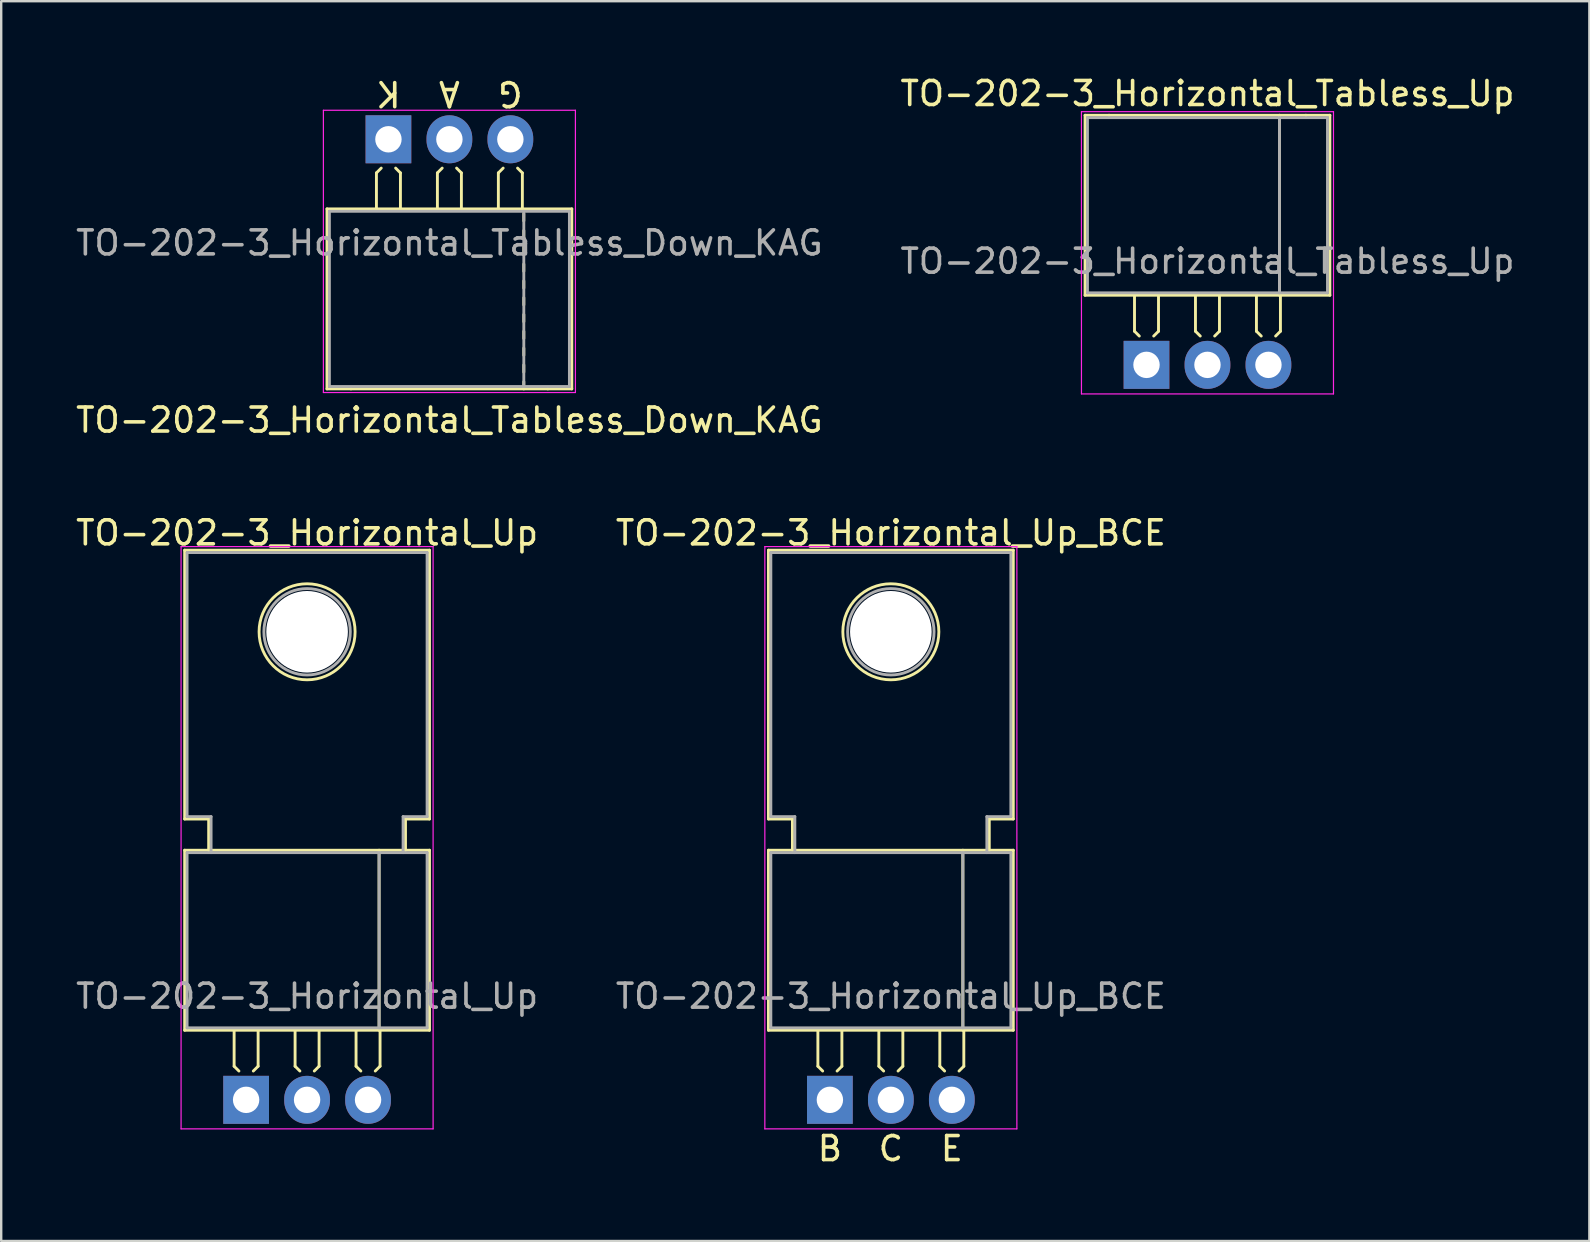
<source format=kicad_pcb>
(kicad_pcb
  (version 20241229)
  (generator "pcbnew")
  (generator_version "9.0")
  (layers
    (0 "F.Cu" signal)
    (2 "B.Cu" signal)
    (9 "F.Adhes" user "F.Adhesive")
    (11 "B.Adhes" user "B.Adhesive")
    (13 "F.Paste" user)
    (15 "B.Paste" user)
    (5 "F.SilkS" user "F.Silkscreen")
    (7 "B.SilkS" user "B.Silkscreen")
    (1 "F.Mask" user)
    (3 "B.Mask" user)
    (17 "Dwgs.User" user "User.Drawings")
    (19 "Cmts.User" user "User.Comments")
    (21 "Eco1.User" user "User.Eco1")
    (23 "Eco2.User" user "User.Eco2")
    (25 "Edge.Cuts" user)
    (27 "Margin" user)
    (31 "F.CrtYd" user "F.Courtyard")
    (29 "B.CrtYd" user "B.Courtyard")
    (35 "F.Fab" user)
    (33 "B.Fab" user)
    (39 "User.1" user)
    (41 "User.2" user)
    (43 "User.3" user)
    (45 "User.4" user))
  (footprint "TO-202-3_Horizontal_Tabless_Down_KAG"
    (layer "F.Cu")
    (at 13.133 2.753)
    (property "Reference" "TO-202-3_Horizontal_Tabless_Down_KAG" (at 2.54 11.7 180) (layer "F.SilkS") (effects (font (size 1 1) (thickness 0.15))))
    (fp_line (start -2.56 2.9) (end 7.64 2.9) (stroke (width 0.12) (type solid)) (layer "F.SilkS"))
    (fp_line (start -2.56 10.4) (end -2.56 2.9) (stroke (width 0.12) (type solid)) (layer "F.SilkS"))
    (fp_line (start -1.56 10.4) (end -2.56 10.4) (stroke (width 0.12) (type solid)) (layer "F.SilkS"))
    (fp_line (start -0.5 1.4) (end -0.3 1.2) (stroke (width 0.12) (type solid)) (layer "F.SilkS"))
    (fp_line (start -0.5 2.9) (end -0.5 1.4) (stroke (width 0.12) (type solid)) (layer "F.SilkS"))
    (fp_line (start 0.5 1.4) (end 0.3 1.2) (stroke (width 0.12) (type solid)) (layer "F.SilkS"))
    (fp_line (start 0.5 2.9) (end 0.5 1.4) (stroke (width 0.12) (type solid)) (layer "F.SilkS"))
    (fp_line (start 2.04 1.4) (end 2.24 1.2) (stroke (width 0.12) (type solid)) (layer "F.SilkS"))
    (fp_line (start 2.04 2.9) (end 2.04 1.4) (stroke (width 0.12) (type solid)) (layer "F.SilkS"))
    (fp_line (start 3.04 1.4) (end 2.84 1.2) (stroke (width 0.12) (type solid)) (layer "F.SilkS"))
    (fp_line (start 3.04 2.9) (end 3.04 1.4) (stroke (width 0.12) (type solid)) (layer "F.SilkS"))
    (fp_line (start 4.58 1.4) (end 4.78 1.2) (stroke (width 0.12) (type solid)) (layer "F.SilkS"))
    (fp_line (start 4.58 2.9) (end 4.58 1.4) (stroke (width 0.12) (type solid)) (layer "F.SilkS"))
    (fp_line (start 5.58 1.4) (end 5.38 1.2) (stroke (width 0.12) (type solid)) (layer "F.SilkS"))
    (fp_line (start 5.58 2.9) (end 5.58 1.4) (stroke (width 0.12) (type solid)) (layer "F.SilkS"))
    (fp_line (start 5.64 3.4) (end 5.64 3.1) (stroke (width 0.12) (type solid)) (layer "F.SilkS"))
    (fp_line (start 5.64 4.1) (end 5.64 3.8) (stroke (width 0.12) (type solid)) (layer "F.SilkS"))
    (fp_line (start 5.64 4.8) (end 5.64 4.5) (stroke (width 0.12) (type solid)) (layer "F.SilkS"))
    (fp_line (start 5.64 5.5) (end 5.64 5.2) (stroke (width 0.12) (type solid)) (layer "F.SilkS"))
    (fp_line (start 5.64 6.2) (end 5.64 5.9) (stroke (width 0.12) (type solid)) (layer "F.SilkS"))
    (fp_line (start 5.64 6.9) (end 5.64 6.6) (stroke (width 0.12) (type solid)) (layer "F.SilkS"))
    (fp_line (start 5.64 7.6) (end 5.64 7.3) (stroke (width 0.12) (type solid)) (layer "F.SilkS"))
    (fp_line (start 5.64 8.3) (end 5.64 8) (stroke (width 0.12) (type solid)) (layer "F.SilkS"))
    (fp_line (start 5.64 9) (end 5.64 8.7) (stroke (width 0.12) (type solid)) (layer "F.SilkS"))
    (fp_line (start 5.64 9.7) (end 5.64 9.4) (stroke (width 0.12) (type solid)) (layer "F.SilkS"))
    (fp_line (start 5.64 10.4) (end 5.64 10.1) (stroke (width 0.12) (type solid)) (layer "F.SilkS"))
    (fp_line (start 6.64 10.4) (end -1.56 10.4) (stroke (width 0.12) (type solid)) (layer "F.SilkS"))
    (fp_line (start 7.64 2.9) (end 7.64 10.4) (stroke (width 0.12) (type solid)) (layer "F.SilkS"))
    (fp_line (start 7.64 10.4) (end 6.64 10.4) (stroke (width 0.12) (type solid)) (layer "F.SilkS"))
    (fp_line (start -2.71 -1.21) (end -2.71 10.55) (stroke (width 0.05) (type solid)) (layer "F.CrtYd"))
    (fp_line (start -2.71 10.55) (end 7.79 10.55) (stroke (width 0.05) (type solid)) (layer "F.CrtYd"))
    (fp_line (start 7.79 -1.21) (end -2.71 -1.21) (stroke (width 0.05) (type solid)) (layer "F.CrtYd"))
    (fp_line (start 7.79 10.55) (end 7.79 -1.21) (stroke (width 0.05) (type solid)) (layer "F.CrtYd"))
    (fp_line (start -2.46 3) (end -2.46 10.3) (stroke (width 0.12) (type solid)) (layer "F.Fab"))
    (fp_line (start -2.46 10.3) (end 7.54 10.3) (stroke (width 0.12) (type solid)) (layer "F.Fab"))
    (fp_line (start 5.64 3) (end 5.64 10.3) (stroke (width 0.12) (type solid)) (layer "F.Fab"))
    (fp_line (start 7.54 3) (end -2.46 3) (stroke (width 0.12) (type solid)) (layer "F.Fab"))
    (fp_line (start 7.54 10.3) (end 7.54 3) (stroke (width 0.12) (type solid)) (layer "F.Fab"))
    (fp_text user "G" (at 5.08 -1.905 180) (unlocked yes) (layer "F.SilkS") (effects (font (size 1 1) (thickness 0.15))))
    (fp_text user "A" (at 2.54 -1.905 180) (unlocked yes) (layer "F.SilkS") (effects (font (size 1 1) (thickness 0.15))))
    (fp_text user "K" (at 0 -1.905 180) (unlocked yes) (layer "F.SilkS") (effects (font (size 1 1) (thickness 0.15))))
    (fp_text user "${REFERENCE}" (at 2.54 4.318 180) (layer "F.Fab") (effects (font (size 1 1) (thickness 0.15))))
    (pad "1" thru_hole rect (at 0 0) (size 1.905 2) (drill 1.1) (layers "*.Cu" "*.Mask"))
    (pad "2" thru_hole oval (at 2.54 0) (size 1.905 2) (drill 1.1) (layers "*.Cu" "*.Mask"))
    (pad "3" thru_hole oval (at 5.08 0) (size 1.905 2) (drill 1.1) (layers "*.Cu" "*.Mask")))
  (footprint "TO-202-3_Horizontal_Up"
    (layer "F.Cu")
    (at 7.204 42.772)
    (property "Reference" "TO-202-3_Horizontal_Up" (at 2.54 -23.622 0) (layer "F.SilkS") (effects (font (size 1 1) (thickness 0.15))))
    (attr through_hole)
    (fp_line (start -2.56 -22.9) (end 7.64 -22.9) (stroke (width 0.12) (type solid)) (layer "F.SilkS"))
    (fp_line (start -2.56 -11.7) (end -2.56 -22.9) (stroke (width 0.12) (type solid)) (layer "F.SilkS"))
    (fp_line (start -2.56 -10.4) (end -1.56 -10.4) (stroke (width 0.12) (type solid)) (layer "F.SilkS"))
    (fp_line (start -2.56 -2.9) (end -2.56 -10.4) (stroke (width 0.12) (type solid)) (layer "F.SilkS"))
    (fp_line (start -1.56 -11.7) (end -2.56 -11.7) (stroke (width 0.12) (type solid)) (layer "F.SilkS"))
    (fp_line (start -1.56 -10.4) (end -1.56 -11.7) (stroke (width 0.12) (type solid)) (layer "F.SilkS"))
    (fp_line (start -1.56 -10.4) (end 6.64 -10.4) (stroke (width 0.12) (type solid)) (layer "F.SilkS"))
    (fp_line (start -0.5 -2.9) (end -0.5 -1.4) (stroke (width 0.12) (type solid)) (layer "F.SilkS"))
    (fp_line (start -0.5 -1.4) (end -0.3 -1.2) (stroke (width 0.12) (type solid)) (layer "F.SilkS"))
    (fp_line (start 0.5 -2.9) (end 0.5 -1.4) (stroke (width 0.12) (type solid)) (layer "F.SilkS"))
    (fp_line (start 0.5 -1.4) (end 0.3 -1.2) (stroke (width 0.12) (type solid)) (layer "F.SilkS"))
    (fp_line (start 2.04 -2.9) (end 2.04 -1.4) (stroke (width 0.12) (type solid)) (layer "F.SilkS"))
    (fp_line (start 2.04 -1.4) (end 2.24 -1.2) (stroke (width 0.12) (type solid)) (layer "F.SilkS"))
    (fp_line (start 3.04 -2.9) (end 3.04 -1.4) (stroke (width 0.12) (type solid)) (layer "F.SilkS"))
    (fp_line (start 3.04 -1.4) (end 2.84 -1.2) (stroke (width 0.12) (type solid)) (layer "F.SilkS"))
    (fp_line (start 4.58 -2.9) (end 4.58 -1.4) (stroke (width 0.12) (type solid)) (layer "F.SilkS"))
    (fp_line (start 4.58 -1.4) (end 4.78 -1.2) (stroke (width 0.12) (type solid)) (layer "F.SilkS"))
    (fp_line (start 5.54 -10.4) (end 5.54 -2.9) (stroke (width 0.12) (type solid)) (layer "F.SilkS"))
    (fp_line (start 5.58 -2.9) (end 5.58 -1.4) (stroke (width 0.12) (type solid)) (layer "F.SilkS"))
    (fp_line (start 5.58 -1.4) (end 5.38 -1.2) (stroke (width 0.12) (type solid)) (layer "F.SilkS"))
    (fp_line (start 6.64 -11.7) (end 6.64 -10.4) (stroke (width 0.12) (type solid)) (layer "F.SilkS"))
    (fp_line (start 6.64 -10.4) (end 7.64 -10.4) (stroke (width 0.12) (type solid)) (layer "F.SilkS"))
    (fp_line (start 7.64 -22.9) (end 7.64 -11.7) (stroke (width 0.12) (type solid)) (layer "F.SilkS"))
    (fp_line (start 7.64 -11.7) (end 6.64 -11.7) (stroke (width 0.12) (type solid)) (layer "F.SilkS"))
    (fp_line (start 7.64 -10.4) (end 7.64 -2.9) (stroke (width 0.12) (type solid)) (layer "F.SilkS"))
    (fp_line (start 7.64 -2.9) (end -2.56 -2.9) (stroke (width 0.12) (type solid)) (layer "F.SilkS"))
    (fp_circle (center 2.54 -19.5) (end 4.54 -19.5) (stroke (width 0.12) (type solid)) (fill no) (layer "F.SilkS"))
    (fp_line (start -2.71 -23.05) (end -2.71 1.21) (stroke (width 0.05) (type solid)) (layer "F.CrtYd"))
    (fp_line (start -2.71 1.21) (end 7.79 1.21) (stroke (width 0.05) (type solid)) (layer "F.CrtYd"))
    (fp_line (start 7.79 -23.05) (end -2.71 -23.05) (stroke (width 0.05) (type solid)) (layer "F.CrtYd"))
    (fp_line (start 7.79 1.21) (end 7.79 -23.05) (stroke (width 0.05) (type solid)) (layer "F.CrtYd"))
    (fp_line (start -2.46 -22.8) (end 7.54 -22.8) (stroke (width 0.12) (type solid)) (layer "F.Fab"))
    (fp_line (start -2.46 -11.8) (end -2.46 -22.8) (stroke (width 0.12) (type solid)) (layer "F.Fab"))
    (fp_line (start -2.46 -10.3) (end -2.46 -3) (stroke (width 0.12) (type solid)) (layer "F.Fab"))
    (fp_line (start -2.46 -3) (end 7.54 -3) (stroke (width 0.12) (type solid)) (layer "F.Fab"))
    (fp_line (start -1.46 -11.8) (end -2.46 -11.8) (stroke (width 0.12) (type solid)) (layer "F.Fab"))
    (fp_line (start -1.46 -10.3) (end -1.46 -11.8) (stroke (width 0.12) (type solid)) (layer "F.Fab"))
    (fp_line (start 5.54 -3) (end 5.54 -10.3) (stroke (width 0.12) (type solid)) (layer "F.Fab"))
    (fp_line (start 6.54 -11.8) (end 6.54 -10.3) (stroke (width 0.12) (type solid)) (layer "F.Fab"))
    (fp_line (start 7.54 -22.8) (end 7.54 -11.8) (stroke (width 0.12) (type solid)) (layer "F.Fab"))
    (fp_line (start 7.54 -11.8) (end 6.54 -11.8) (stroke (width 0.12) (type solid)) (layer "F.Fab"))
    (fp_line (start 7.54 -10.3) (end -2.46 -10.3) (stroke (width 0.12) (type solid)) (layer "F.Fab"))
    (fp_line (start 7.54 -3) (end 7.54 -10.3) (stroke (width 0.12) (type solid)) (layer "F.Fab"))
    (fp_circle (center 2.54 -19.5) (end 4.34 -19.5) (stroke (width 0.12) (type solid)) (fill no) (layer "F.Fab"))
    (fp_text user "${REFERENCE}" (at 2.54 -4.318 0) (layer "F.Fab") (effects (font (size 1 1) (thickness 0.15))))
    (pad "" np_thru_hole circle (at 2.54 -19.5) (size 3.4 3.4) (drill 3.4) (layers "*.Cu" "*.Mask"))
    (pad "1" thru_hole rect (at 0 0) (size 1.905 2) (drill 1.1) (layers "*.Cu" "*.Mask"))
    (pad "2" thru_hole oval (at 2.54 0) (size 1.905 2) (drill 1.1) (layers "*.Cu" "*.Mask"))
    (pad "3" thru_hole oval (at 5.08 0) (size 1.905 2) (drill 1.1) (layers "*.Cu" "*.Mask")))
  (footprint "TO-202-3_Horizontal_Tabless_Up"
    (layer "F.Cu")
    (at 44.716 12.151)
    (property "Reference" "TO-202-3_Horizontal_Tabless_Up" (at 2.54 -11.303 0) (layer "F.SilkS") (effects (font (size 1 1) (thickness 0.15))))
    (attr through_hole)
    (fp_line (start -2.56 -10.4) (end -1.56 -10.4) (stroke (width 0.12) (type solid)) (layer "F.SilkS"))
    (fp_line (start -2.56 -2.9) (end -2.56 -10.4) (stroke (width 0.12) (type solid)) (layer "F.SilkS"))
    (fp_line (start -1.56 -10.4) (end 6.64 -10.4) (stroke (width 0.12) (type solid)) (layer "F.SilkS"))
    (fp_line (start -0.5 -2.9) (end -0.5 -1.4) (stroke (width 0.12) (type solid)) (layer "F.SilkS"))
    (fp_line (start -0.5 -1.4) (end -0.3 -1.2) (stroke (width 0.12) (type solid)) (layer "F.SilkS"))
    (fp_line (start 0.5 -2.9) (end 0.5 -1.4) (stroke (width 0.12) (type solid)) (layer "F.SilkS"))
    (fp_line (start 0.5 -1.4) (end 0.3 -1.2) (stroke (width 0.12) (type solid)) (layer "F.SilkS"))
    (fp_line (start 2.04 -2.9) (end 2.04 -1.4) (stroke (width 0.12) (type solid)) (layer "F.SilkS"))
    (fp_line (start 2.04 -1.4) (end 2.24 -1.2) (stroke (width 0.12) (type solid)) (layer "F.SilkS"))
    (fp_line (start 3.04 -2.9) (end 3.04 -1.4) (stroke (width 0.12) (type solid)) (layer "F.SilkS"))
    (fp_line (start 3.04 -1.4) (end 2.84 -1.2) (stroke (width 0.12) (type solid)) (layer "F.SilkS"))
    (fp_line (start 4.58 -2.9) (end 4.58 -1.4) (stroke (width 0.12) (type solid)) (layer "F.SilkS"))
    (fp_line (start 4.58 -1.4) (end 4.78 -1.2) (stroke (width 0.12) (type solid)) (layer "F.SilkS"))
    (fp_line (start 5.54 -10.4) (end 5.54 -2.9) (stroke (width 0.12) (type solid)) (layer "F.SilkS"))
    (fp_line (start 5.58 -2.9) (end 5.58 -1.4) (stroke (width 0.12) (type solid)) (layer "F.SilkS"))
    (fp_line (start 5.58 -1.4) (end 5.38 -1.2) (stroke (width 0.12) (type solid)) (layer "F.SilkS"))
    (fp_line (start 6.64 -10.4) (end 7.64 -10.4) (stroke (width 0.12) (type solid)) (layer "F.SilkS"))
    (fp_line (start 7.64 -10.4) (end 7.64 -2.9) (stroke (width 0.12) (type solid)) (layer "F.SilkS"))
    (fp_line (start 7.64 -2.9) (end -2.56 -2.9) (stroke (width 0.12) (type solid)) (layer "F.SilkS"))
    (fp_line (start -2.71 -10.55) (end -2.71 1.21) (stroke (width 0.05) (type solid)) (layer "F.CrtYd"))
    (fp_line (start -2.71 1.21) (end 7.79 1.21) (stroke (width 0.05) (type solid)) (layer "F.CrtYd"))
    (fp_line (start 7.79 -10.55) (end -2.71 -10.55) (stroke (width 0.05) (type solid)) (layer "F.CrtYd"))
    (fp_line (start 7.79 1.21) (end 7.79 -10.55) (stroke (width 0.05) (type solid)) (layer "F.CrtYd"))
    (fp_line (start -2.46 -10.3) (end -2.46 -3) (stroke (width 0.12) (type solid)) (layer "F.Fab"))
    (fp_line (start -2.46 -3) (end 7.54 -3) (stroke (width 0.12) (type solid)) (layer "F.Fab"))
    (fp_line (start 5.54 -3) (end 5.54 -10.3) (stroke (width 0.12) (type solid)) (layer "F.Fab"))
    (fp_line (start 7.54 -10.3) (end -2.46 -10.3) (stroke (width 0.12) (type solid)) (layer "F.Fab"))
    (fp_line (start 7.54 -3) (end 7.54 -10.3) (stroke (width 0.12) (type solid)) (layer "F.Fab"))
    (fp_text user "${REFERENCE}" (at 2.54 -4.318 0) (layer "F.Fab") (effects (font (size 1 1) (thickness 0.15))))
    (pad "1" thru_hole rect (at 0 0) (size 1.905 2) (drill 1.1) (layers "*.Cu" "*.Mask"))
    (pad "2" thru_hole oval (at 2.54 0) (size 1.905 2) (drill 1.1) (layers "*.Cu" "*.Mask"))
    (pad "3" thru_hole oval (at 5.08 0) (size 1.905 2) (drill 1.1) (layers "*.Cu" "*.Mask")))
  (footprint "TO-202-3_Horizontal_Up_BCE"
    (layer "F.Cu")
    (at 31.525 42.772)
    (property "Reference" "TO-202-3_Horizontal_Up_BCE" (at 2.54 -23.622 0) (layer "F.SilkS") (effects (font (size 1 1) (thickness 0.15))))
    (fp_line (start -2.56 -22.9) (end 7.64 -22.9) (stroke (width 0.12) (type solid)) (layer "F.SilkS"))
    (fp_line (start -2.56 -11.7) (end -2.56 -22.9) (stroke (width 0.12) (type solid)) (layer "F.SilkS"))
    (fp_line (start -2.56 -10.4) (end -1.56 -10.4) (stroke (width 0.12) (type solid)) (layer "F.SilkS"))
    (fp_line (start -2.56 -2.9) (end -2.56 -10.4) (stroke (width 0.12) (type solid)) (layer "F.SilkS"))
    (fp_line (start -1.56 -11.7) (end -2.56 -11.7) (stroke (width 0.12) (type solid)) (layer "F.SilkS"))
    (fp_line (start -1.56 -10.4) (end -1.56 -11.7) (stroke (width 0.12) (type solid)) (layer "F.SilkS"))
    (fp_line (start -1.56 -10.4) (end 6.64 -10.4) (stroke (width 0.12) (type solid)) (layer "F.SilkS"))
    (fp_line (start -0.5 -2.9) (end -0.5 -1.4) (stroke (width 0.12) (type solid)) (layer "F.SilkS"))
    (fp_line (start -0.5 -1.4) (end -0.3 -1.2) (stroke (width 0.12) (type solid)) (layer "F.SilkS"))
    (fp_line (start 0.5 -2.9) (end 0.5 -1.4) (stroke (width 0.12) (type solid)) (layer "F.SilkS"))
    (fp_line (start 0.5 -1.4) (end 0.3 -1.2) (stroke (width 0.12) (type solid)) (layer "F.SilkS"))
    (fp_line (start 2.04 -2.9) (end 2.04 -1.4) (stroke (width 0.12) (type solid)) (layer "F.SilkS"))
    (fp_line (start 2.04 -1.4) (end 2.24 -1.2) (stroke (width 0.12) (type solid)) (layer "F.SilkS"))
    (fp_line (start 3.04 -2.9) (end 3.04 -1.4) (stroke (width 0.12) (type solid)) (layer "F.SilkS"))
    (fp_line (start 3.04 -1.4) (end 2.84 -1.2) (stroke (width 0.12) (type solid)) (layer "F.SilkS"))
    (fp_line (start 4.58 -2.9) (end 4.58 -1.4) (stroke (width 0.12) (type solid)) (layer "F.SilkS"))
    (fp_line (start 4.58 -1.4) (end 4.78 -1.2) (stroke (width 0.12) (type solid)) (layer "F.SilkS"))
    (fp_line (start 5.54 -10.4) (end 5.54 -2.9) (stroke (width 0.12) (type solid)) (layer "F.SilkS"))
    (fp_line (start 5.58 -2.9) (end 5.58 -1.4) (stroke (width 0.12) (type solid)) (layer "F.SilkS"))
    (fp_line (start 5.58 -1.4) (end 5.38 -1.2) (stroke (width 0.12) (type solid)) (layer "F.SilkS"))
    (fp_line (start 6.64 -11.7) (end 6.64 -10.4) (stroke (width 0.12) (type solid)) (layer "F.SilkS"))
    (fp_line (start 6.64 -10.4) (end 7.64 -10.4) (stroke (width 0.12) (type solid)) (layer "F.SilkS"))
    (fp_line (start 7.64 -22.9) (end 7.64 -11.7) (stroke (width 0.12) (type solid)) (layer "F.SilkS"))
    (fp_line (start 7.64 -11.7) (end 6.64 -11.7) (stroke (width 0.12) (type solid)) (layer "F.SilkS"))
    (fp_line (start 7.64 -10.4) (end 7.64 -2.9) (stroke (width 0.12) (type solid)) (layer "F.SilkS"))
    (fp_line (start 7.64 -2.9) (end -2.56 -2.9) (stroke (width 0.12) (type solid)) (layer "F.SilkS"))
    (fp_circle (center 2.54 -19.5) (end 4.54 -19.5) (stroke (width 0.12) (type solid)) (fill no) (layer "F.SilkS"))
    (fp_line (start -2.71 -23.05) (end -2.71 1.21) (stroke (width 0.05) (type solid)) (layer "F.CrtYd"))
    (fp_line (start -2.71 1.21) (end 7.79 1.21) (stroke (width 0.05) (type solid)) (layer "F.CrtYd"))
    (fp_line (start 7.79 -23.05) (end -2.71 -23.05) (stroke (width 0.05) (type solid)) (layer "F.CrtYd"))
    (fp_line (start 7.79 1.21) (end 7.79 -23.05) (stroke (width 0.05) (type solid)) (layer "F.CrtYd"))
    (fp_line (start -2.46 -22.8) (end 7.54 -22.8) (stroke (width 0.12) (type solid)) (layer "F.Fab"))
    (fp_line (start -2.46 -11.8) (end -2.46 -22.8) (stroke (width 0.12) (type solid)) (layer "F.Fab"))
    (fp_line (start -2.46 -10.3) (end -2.46 -3) (stroke (width 0.12) (type solid)) (layer "F.Fab"))
    (fp_line (start -2.46 -3) (end 7.54 -3) (stroke (width 0.12) (type solid)) (layer "F.Fab"))
    (fp_line (start -1.46 -11.8) (end -2.46 -11.8) (stroke (width 0.12) (type solid)) (layer "F.Fab"))
    (fp_line (start -1.46 -10.3) (end -1.46 -11.8) (stroke (width 0.12) (type solid)) (layer "F.Fab"))
    (fp_line (start 5.54 -3) (end 5.54 -10.3) (stroke (width 0.12) (type solid)) (layer "F.Fab"))
    (fp_line (start 6.54 -11.8) (end 6.54 -10.3) (stroke (width 0.12) (type solid)) (layer "F.Fab"))
    (fp_line (start 7.54 -22.8) (end 7.54 -11.8) (stroke (width 0.12) (type solid)) (layer "F.Fab"))
    (fp_line (start 7.54 -11.8) (end 6.54 -11.8) (stroke (width 0.12) (type solid)) (layer "F.Fab"))
    (fp_line (start 7.54 -10.3) (end -2.46 -10.3) (stroke (width 0.12) (type solid)) (layer "F.Fab"))
    (fp_line (start 7.54 -3) (end 7.54 -10.3) (stroke (width 0.12) (type solid)) (layer "F.Fab"))
    (fp_circle (center 2.54 -19.5) (end 4.34 -19.5) (stroke (width 0.12) (type solid)) (fill no) (layer "F.Fab"))
    (fp_text user "C" (at 2.54 2.032 0) (unlocked yes) (layer "F.SilkS") (effects (font (size 1 1) (thickness 0.15))))
    (fp_text user "B" (at 0 2.032 0) (unlocked yes) (layer "F.SilkS") (effects (font (size 1 1) (thickness 0.15))))
    (fp_text user "E" (at 5.08 2.032 0) (unlocked yes) (layer "F.SilkS") (effects (font (size 1 1) (thickness 0.15))))
    (fp_text user "${REFERENCE}" (at 2.54 -4.318 0) (layer "F.Fab") (effects (font (size 1 1) (thickness 0.15))))
    (pad "" np_thru_hole circle (at 2.54 -19.5) (size 3.4 3.4) (drill 3.4) (layers "*.Cu" "*.Mask"))
    (pad "1" thru_hole rect (at 0 0) (size 1.905 2) (drill 1.1) (layers "*.Cu" "*.Mask"))
    (pad "2" thru_hole oval (at 2.54 0) (size 1.905 2) (drill 1.1) (layers "*.Cu" "*.Mask"))
    (pad "3" thru_hole oval (at 5.08 0) (size 1.905 2) (drill 1.1) (layers "*.Cu" "*.Mask")))
  (gr_rect
    (start -3 -3)
    (end 63.167 48.652)
    (stroke (width 0.1) (type default))
    (fill no)
    (layer "Edge.Cuts")))
</source>
